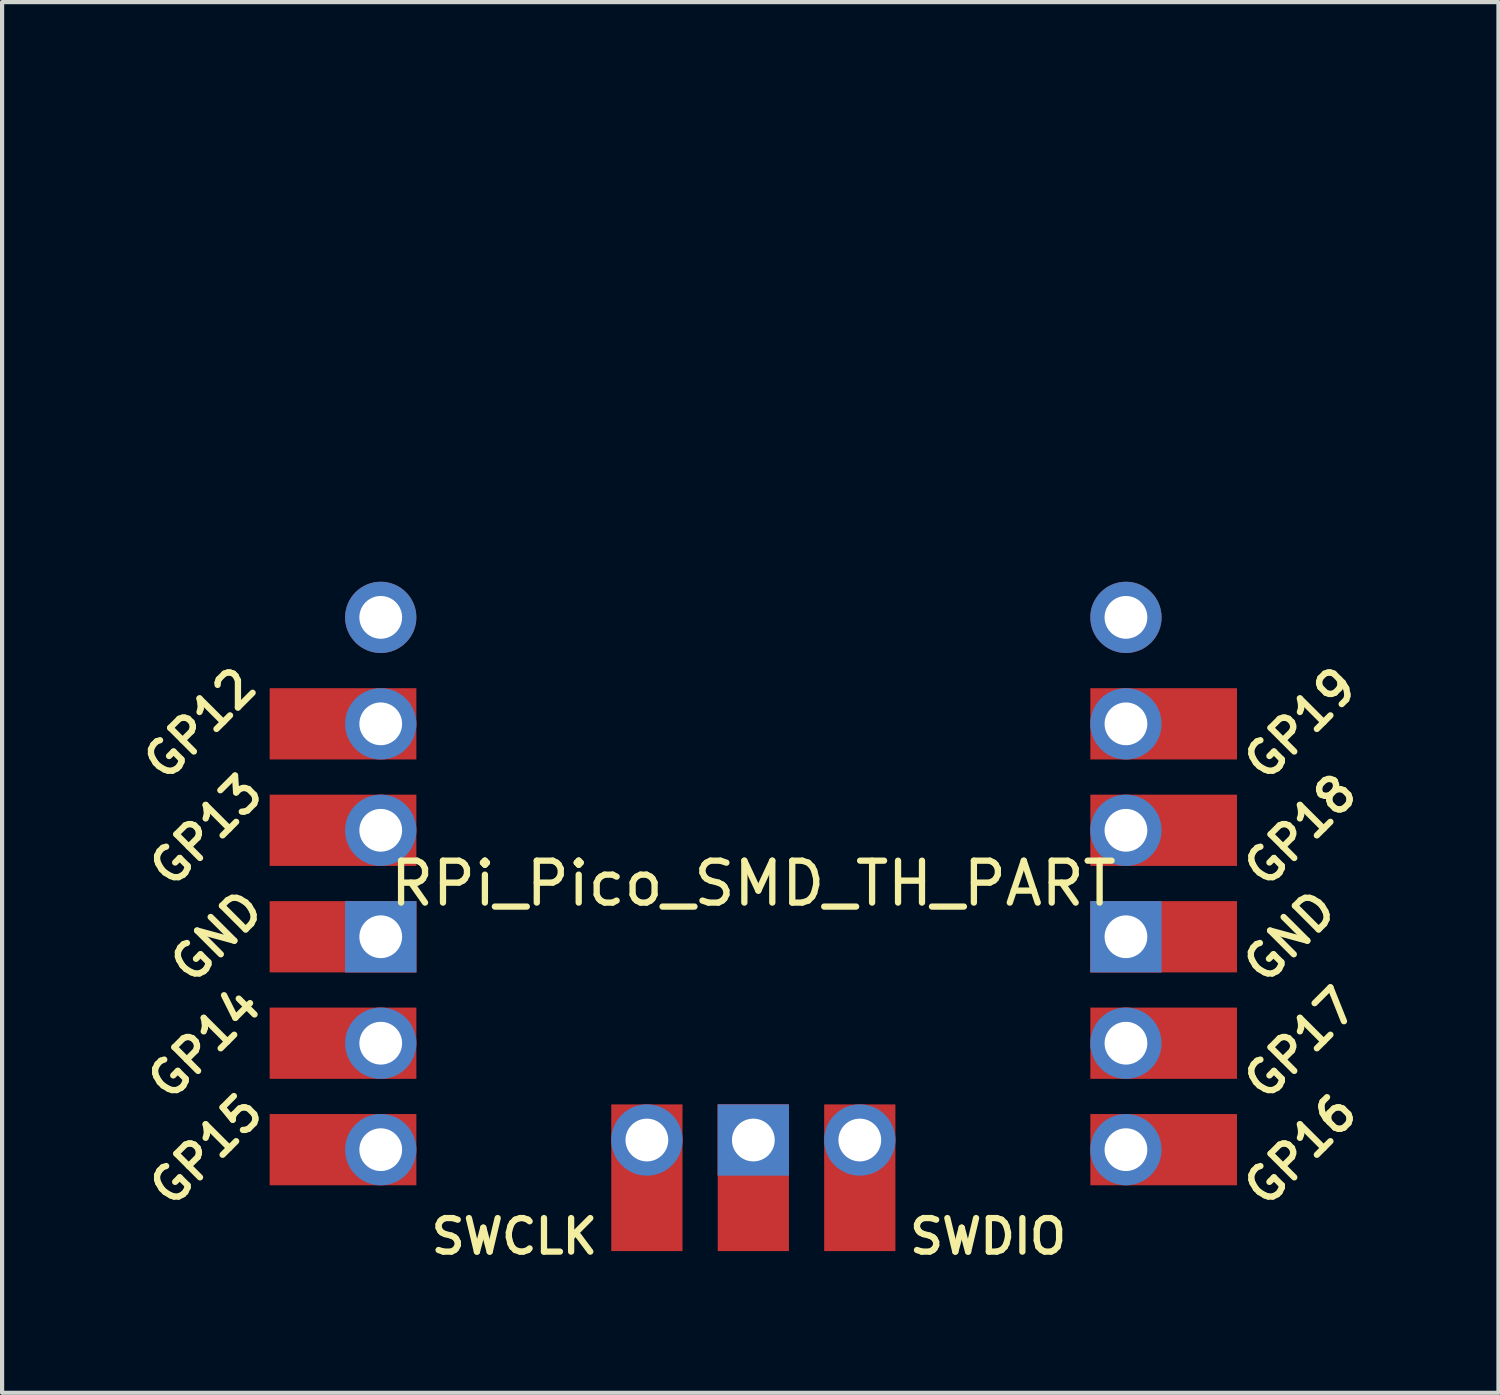
<source format=kicad_pcb>
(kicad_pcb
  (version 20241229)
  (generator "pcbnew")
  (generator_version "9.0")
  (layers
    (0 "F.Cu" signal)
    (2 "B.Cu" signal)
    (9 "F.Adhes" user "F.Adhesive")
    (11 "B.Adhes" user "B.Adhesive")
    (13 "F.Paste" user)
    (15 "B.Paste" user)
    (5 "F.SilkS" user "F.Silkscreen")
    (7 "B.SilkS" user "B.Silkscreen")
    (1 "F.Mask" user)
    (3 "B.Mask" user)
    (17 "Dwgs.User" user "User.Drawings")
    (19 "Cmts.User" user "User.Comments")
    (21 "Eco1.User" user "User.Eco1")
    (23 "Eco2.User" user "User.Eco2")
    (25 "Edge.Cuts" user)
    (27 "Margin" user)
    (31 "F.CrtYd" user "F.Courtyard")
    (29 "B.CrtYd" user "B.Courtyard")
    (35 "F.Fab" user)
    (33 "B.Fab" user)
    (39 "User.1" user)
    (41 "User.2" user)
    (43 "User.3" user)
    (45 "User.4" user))
  (footprint "RPi_Pico_SMD_TH_PART"
    (layer "F.Cu")
    (at 14.924 0.25)
    (property "Reference" "RPi_Pico_SMD_TH_PART" (at 0 17.78 0) (layer "F.SilkS") (effects (font (size 1 1) (thickness 0.15))))
    (attr through_hole)
    (fp_text user "GP14" (at -13.1 21.59 45) (layer "F.SilkS") (effects (font (size 0.8 0.8) (thickness 0.15))))
    (fp_text user "GND" (at 12.8 19.05 45) (layer "F.SilkS") (effects (font (size 0.8 0.8) (thickness 0.15))))
    (fp_text user "SWCLK" (at -5.7 26.2 0) (layer "F.SilkS") (effects (font (size 0.8 0.8) (thickness 0.15))))
    (fp_text user "GP18" (at 13.054 16.51 45) (layer "F.SilkS") (effects (font (size 0.8 0.8) (thickness 0.15))))
    (fp_text user "GP13" (at -13.054 16.51 45) (layer "F.SilkS") (effects (font (size 0.8 0.8) (thickness 0.15))))
    (fp_text user "GND" (at -12.8 19.05 45) (layer "F.SilkS") (effects (font (size 0.8 0.8) (thickness 0.15))))
    (fp_text user "GP16" (at 13.054 24.13 45) (layer "F.SilkS") (effects (font (size 0.8 0.8) (thickness 0.15))))
    (fp_text user "SWDIO" (at 5.6 26.2 0) (layer "F.SilkS") (effects (font (size 0.8 0.8) (thickness 0.15))))
    (fp_text user "GP12" (at -13.2 13.97 45) (layer "F.SilkS") (effects (font (size 0.8 0.8) (thickness 0.15))))
    (fp_text user "GP15" (at -13.054 24.13 45) (layer "F.SilkS") (effects (font (size 0.8 0.8) (thickness 0.15))))
    (fp_text user "GP19" (at 13.054 13.97 45) (layer "F.SilkS") (effects (font (size 0.8 0.8) (thickness 0.15))))
    (fp_text user "GP17" (at 13.054 21.59 45) (layer "F.SilkS") (effects (font (size 0.8 0.8) (thickness 0.15))))
    (pad "15" thru_hole oval (at -8.89 11.43) (size 1.7 1.7) (drill 1.02) (layers "*.Cu" "*.Mask"))
    (pad "16" thru_hole oval (at -8.89 13.97) (size 1.7 1.7) (drill 1.02) (layers "*.Cu" "*.Mask"))
    (pad "16" smd rect (at -8.89 13.97) (size 3.5 1.7) (drill (offset -0.9 0)) (layers "F.Cu" "F.Mask"))
    (pad "17" thru_hole oval (at -8.89 16.51) (size 1.7 1.7) (drill 1.02) (layers "*.Cu" "*.Mask"))
    (pad "17" smd rect (at -8.89 16.51) (size 3.5 1.7) (drill (offset -0.9 0)) (layers "F.Cu" "F.Mask"))
    (pad "18" thru_hole rect (at -8.89 19.05) (size 1.7 1.7) (drill 1.02) (layers "*.Cu" "*.Mask"))
    (pad "18" smd rect (at -8.89 19.05) (size 3.5 1.7) (drill (offset -0.9 0)) (layers "F.Cu" "F.Mask"))
    (pad "19" thru_hole oval (at -8.89 21.59) (size 1.7 1.7) (drill 1.02) (layers "*.Cu" "*.Mask"))
    (pad "19" smd rect (at -8.89 21.59) (size 3.5 1.7) (drill (offset -0.9 0)) (layers "F.Cu" "F.Mask"))
    (pad "20" thru_hole oval (at -8.89 24.13) (size 1.7 1.7) (drill 1.02) (layers "*.Cu" "*.Mask"))
    (pad "20" smd rect (at -8.89 24.13) (size 3.5 1.7) (drill (offset -0.9 0)) (layers "F.Cu" "F.Mask"))
    (pad "21" thru_hole oval (at 8.89 24.13) (size 1.7 1.7) (drill 1.02) (layers "*.Cu" "*.Mask"))
    (pad "21" smd rect (at 8.89 24.13) (size 3.5 1.7) (drill (offset 0.9 0)) (layers "F.Cu" "F.Mask"))
    (pad "22" thru_hole oval (at 8.89 21.59) (size 1.7 1.7) (drill 1.02) (layers "*.Cu" "*.Mask"))
    (pad "22" smd rect (at 8.89 21.59) (size 3.5 1.7) (drill (offset 0.9 0)) (layers "F.Cu" "F.Mask"))
    (pad "23" thru_hole rect (at 8.89 19.05) (size 1.7 1.7) (drill 1.02) (layers "*.Cu" "*.Mask"))
    (pad "23" smd rect (at 8.89 19.05) (size 3.5 1.7) (drill (offset 0.9 0)) (layers "F.Cu" "F.Mask"))
    (pad "24" thru_hole oval (at 8.89 16.51) (size 1.7 1.7) (drill 1.02) (layers "*.Cu" "*.Mask"))
    (pad "24" smd rect (at 8.89 16.51) (size 3.5 1.7) (drill (offset 0.9 0)) (layers "F.Cu" "F.Mask"))
    (pad "25" thru_hole oval (at 8.89 13.97) (size 1.7 1.7) (drill 1.02) (layers "*.Cu" "*.Mask"))
    (pad "25" smd rect (at 8.89 13.97) (size 3.5 1.7) (drill (offset 0.9 0)) (layers "F.Cu" "F.Mask"))
    (pad "26" thru_hole oval (at 8.89 11.43) (size 1.7 1.7) (drill 1.02) (layers "*.Cu" "*.Mask"))
    (pad "41" thru_hole oval (at -2.54 23.9) (size 1.7 1.7) (drill 1.02) (layers "*.Cu" "*.Mask"))
    (pad "41" smd rect (at -2.54 23.9 90) (size 3.5 1.7) (drill (offset -0.9 0)) (layers "F.Cu" "F.Mask"))
    (pad "42" thru_hole rect (at 0 23.9) (size 1.7 1.7) (drill 1.02) (layers "*.Cu" "*.Mask"))
    (pad "42" smd rect (at 0 23.9 90) (size 3.5 1.7) (drill (offset -0.9 0)) (layers "F.Cu" "F.Mask"))
    (pad "43" thru_hole oval (at 2.54 23.9) (size 1.7 1.7) (drill 1.02) (layers "*.Cu" "*.Mask"))
    (pad "43" smd rect (at 2.54 23.9 90) (size 3.5 1.7) (drill (offset -0.9 0)) (layers "F.Cu" "F.Mask")))
  (gr_rect
    (start -3 -3)
    (end 32.702 30.181)
    (stroke (width 0.1) (type default))
    (fill no)
    (layer "Edge.Cuts")))
</source>
